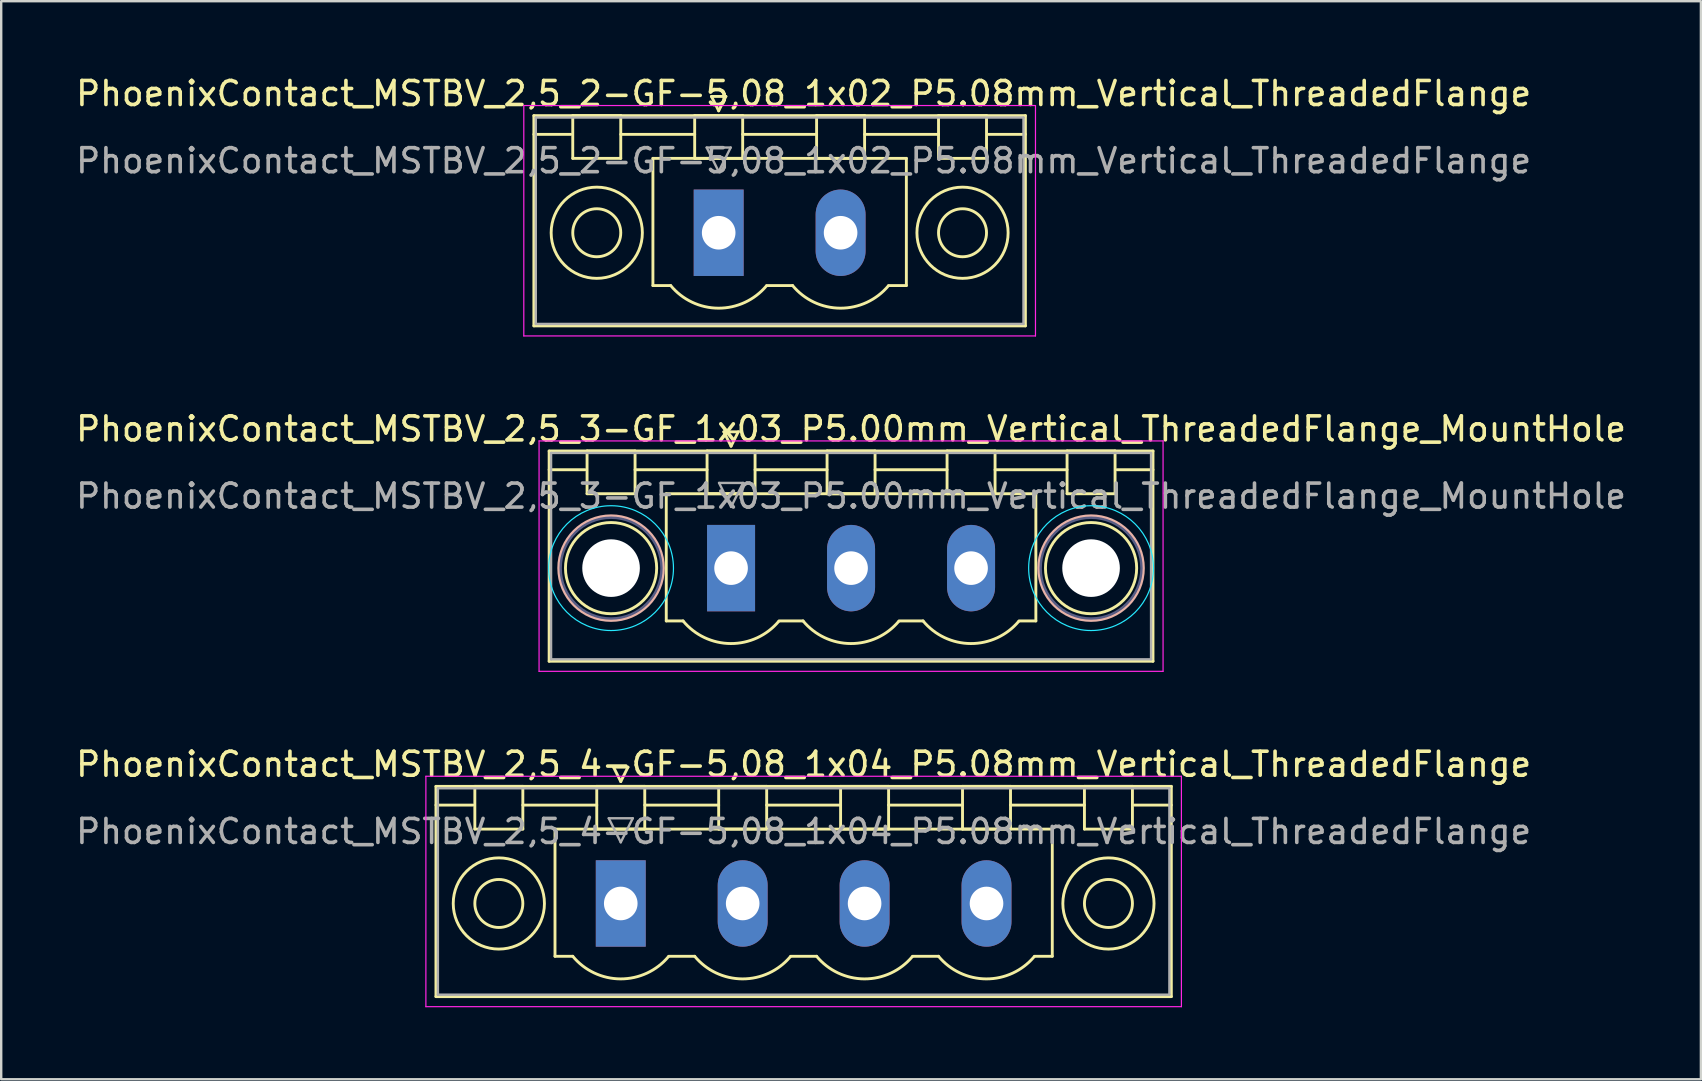
<source format=kicad_pcb>
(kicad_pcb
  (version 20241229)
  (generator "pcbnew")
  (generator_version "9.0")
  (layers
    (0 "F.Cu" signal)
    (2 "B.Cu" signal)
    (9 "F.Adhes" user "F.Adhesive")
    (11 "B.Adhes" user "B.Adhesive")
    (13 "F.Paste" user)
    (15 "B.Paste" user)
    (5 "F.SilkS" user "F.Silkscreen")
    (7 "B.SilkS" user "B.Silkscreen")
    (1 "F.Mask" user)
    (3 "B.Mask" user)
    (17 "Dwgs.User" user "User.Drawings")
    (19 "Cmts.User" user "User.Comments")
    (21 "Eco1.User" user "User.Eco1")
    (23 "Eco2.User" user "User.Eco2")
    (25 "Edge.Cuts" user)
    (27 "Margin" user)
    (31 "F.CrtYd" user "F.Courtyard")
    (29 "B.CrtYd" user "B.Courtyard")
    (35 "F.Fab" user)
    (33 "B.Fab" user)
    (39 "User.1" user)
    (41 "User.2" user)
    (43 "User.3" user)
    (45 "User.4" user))
  (footprint "PhoenixContact_MSTBV_2,5_3-GF_1x03_P5.00mm_Vertical_ThreadedFlange_MountHole"
    (layer "F.Cu")
    (at 27.411 20.622)
    (property "Reference" "PhoenixContact_MSTBV_2,5_3-GF_1x03_P5.00mm_Vertical_ThreadedFlange_MountHole" (at 5 -5.8 0) (layer "F.SilkS") (effects (font (size 1 1) (thickness 0.15))))
    (attr through_hole)
    (fp_line (start -7.58 -4.88) (end -7.58 3.88) (stroke (width 0.12) (type solid)) (layer "F.SilkS"))
    (fp_line (start -7.58 -4.1) (end -6.08 -4.1) (stroke (width 0.12) (type solid)) (layer "F.SilkS"))
    (fp_line (start -7.58 3.88) (end 17.58 3.88) (stroke (width 0.12) (type solid)) (layer "F.SilkS"))
    (fp_line (start -6 -4.88) (end -4 -4.88) (stroke (width 0.12) (type solid)) (layer "F.SilkS"))
    (fp_line (start -6 -3.1) (end -6 -4.88) (stroke (width 0.12) (type solid)) (layer "F.SilkS"))
    (fp_line (start -4 -4.88) (end -4 -3.1) (stroke (width 0.12) (type solid)) (layer "F.SilkS"))
    (fp_line (start -4 -4.1) (end -1 -4.1) (stroke (width 0.12) (type solid)) (layer "F.SilkS"))
    (fp_line (start -4 -3.1) (end -6 -3.1) (stroke (width 0.12) (type solid)) (layer "F.SilkS"))
    (fp_line (start -2.7 -3.1) (end 12.7 -3.1) (stroke (width 0.12) (type solid)) (layer "F.SilkS"))
    (fp_line (start -2.7 2.2) (end -2.7 -3.1) (stroke (width 0.12) (type solid)) (layer "F.SilkS"))
    (fp_line (start -2 2.2) (end -2.7 2.2) (stroke (width 0.12) (type solid)) (layer "F.SilkS"))
    (fp_line (start -1 -4.88) (end 1 -4.88) (stroke (width 0.12) (type solid)) (layer "F.SilkS"))
    (fp_line (start -1 -3.1) (end -1 -4.88) (stroke (width 0.12) (type solid)) (layer "F.SilkS"))
    (fp_line (start -0.3 -5.68) (end 0.3 -5.68) (stroke (width 0.12) (type solid)) (layer "F.SilkS"))
    (fp_line (start 0 -5.08) (end -0.3 -5.68) (stroke (width 0.12) (type solid)) (layer "F.SilkS"))
    (fp_line (start 0.3 -5.68) (end 0 -5.08) (stroke (width 0.12) (type solid)) (layer "F.SilkS"))
    (fp_line (start 1 -4.88) (end 1 -3.1) (stroke (width 0.12) (type solid)) (layer "F.SilkS"))
    (fp_line (start 1 -4.1) (end 4 -4.1) (stroke (width 0.12) (type solid)) (layer "F.SilkS"))
    (fp_line (start 1 -3.1) (end -1 -3.1) (stroke (width 0.12) (type solid)) (layer "F.SilkS"))
    (fp_line (start 2 2.2) (end 3 2.2) (stroke (width 0.12) (type solid)) (layer "F.SilkS"))
    (fp_line (start 4 -4.88) (end 6 -4.88) (stroke (width 0.12) (type solid)) (layer "F.SilkS"))
    (fp_line (start 4 -3.1) (end 4 -4.88) (stroke (width 0.12) (type solid)) (layer "F.SilkS"))
    (fp_line (start 6 -4.88) (end 6 -3.1) (stroke (width 0.12) (type solid)) (layer "F.SilkS"))
    (fp_line (start 6 -4.1) (end 9 -4.1) (stroke (width 0.12) (type solid)) (layer "F.SilkS"))
    (fp_line (start 6 -3.1) (end 4 -3.1) (stroke (width 0.12) (type solid)) (layer "F.SilkS"))
    (fp_line (start 7 2.2) (end 8 2.2) (stroke (width 0.12) (type solid)) (layer "F.SilkS"))
    (fp_line (start 9 -4.88) (end 11 -4.88) (stroke (width 0.12) (type solid)) (layer "F.SilkS"))
    (fp_line (start 9 -3.1) (end 9 -4.88) (stroke (width 0.12) (type solid)) (layer "F.SilkS"))
    (fp_line (start 11 -4.88) (end 11 -3.1) (stroke (width 0.12) (type solid)) (layer "F.SilkS"))
    (fp_line (start 11 -4.1) (end 14 -4.1) (stroke (width 0.12) (type solid)) (layer "F.SilkS"))
    (fp_line (start 11 -3.1) (end 9 -3.1) (stroke (width 0.12) (type solid)) (layer "F.SilkS"))
    (fp_line (start 12.7 -3.1) (end 12.7 2.2) (stroke (width 0.12) (type solid)) (layer "F.SilkS"))
    (fp_line (start 12.7 2.2) (end 12 2.2) (stroke (width 0.12) (type solid)) (layer "F.SilkS"))
    (fp_line (start 14 -4.88) (end 16 -4.88) (stroke (width 0.12) (type solid)) (layer "F.SilkS"))
    (fp_line (start 14 -3.1) (end 14 -4.88) (stroke (width 0.12) (type solid)) (layer "F.SilkS"))
    (fp_line (start 16 -4.88) (end 16 -3.1) (stroke (width 0.12) (type solid)) (layer "F.SilkS"))
    (fp_line (start 16 -3.1) (end 14 -3.1) (stroke (width 0.12) (type solid)) (layer "F.SilkS"))
    (fp_line (start 17.58 -4.88) (end -7.58 -4.88) (stroke (width 0.12) (type solid)) (layer "F.SilkS"))
    (fp_line (start 17.58 -4.1) (end 16.08 -4.1) (stroke (width 0.12) (type solid)) (layer "F.SilkS"))
    (fp_line (start 17.58 3.88) (end 17.58 -4.88) (stroke (width 0.12) (type solid)) (layer "F.SilkS"))
    (fp_arc (start 1.986842 2.215821) (mid -0.010289 3.142758) (end -2 2.2) (stroke (width 0.12) (type solid)) (layer "F.SilkS"))
    (fp_arc (start 6.986842 2.215821) (mid 4.989711 3.142758) (end 3 2.2) (stroke (width 0.12) (type solid)) (layer "F.SilkS"))
    (fp_arc (start 11.986842 2.215821) (mid 9.989711 3.142758) (end 8 2.2) (stroke (width 0.12) (type solid)) (layer "F.SilkS"))
    (fp_circle (center -5 0) (end -3.1 0) (stroke (width 0.12) (type solid)) (fill no) (layer "F.SilkS"))
    (fp_circle (center 15 0) (end 16.9 0) (stroke (width 0.12) (type solid)) (fill no) (layer "F.SilkS"))
    (fp_circle (center -5 0) (end -2.82 0) (stroke (width 0.12) (type solid)) (fill no) (layer "B.SilkS"))
    (fp_circle (center 15 0) (end 17.18 0) (stroke (width 0.12) (type solid)) (fill no) (layer "B.SilkS"))
    (fp_circle (center -5 0) (end -2.4 0) (stroke (width 0.05) (type solid)) (fill no) (layer "B.CrtYd"))
    (fp_circle (center 15 0) (end 17.6 0) (stroke (width 0.05) (type solid)) (fill no) (layer "B.CrtYd"))
    (fp_line (start -8 -5.3) (end -8 4.3) (stroke (width 0.05) (type solid)) (layer "F.CrtYd"))
    (fp_line (start -8 4.3) (end 18 4.3) (stroke (width 0.05) (type solid)) (layer "F.CrtYd"))
    (fp_line (start 18 -5.3) (end -8 -5.3) (stroke (width 0.05) (type solid)) (layer "F.CrtYd"))
    (fp_line (start 18 4.3) (end 18 -5.3) (stroke (width 0.05) (type solid)) (layer "F.CrtYd"))
    (fp_circle (center -5 0) (end -2.9 0) (stroke (width 0.1) (type solid)) (fill no) (layer "B.Fab"))
    (fp_circle (center 15 0) (end 17.1 0) (stroke (width 0.1) (type solid)) (fill no) (layer "B.Fab"))
    (fp_line (start -7.5 -4.8) (end -7.5 3.8) (stroke (width 0.1) (type solid)) (layer "F.Fab"))
    (fp_line (start -7.5 3.8) (end 17.5 3.8) (stroke (width 0.1) (type solid)) (layer "F.Fab"))
    (fp_line (start -0.5 -3.55) (end 0.5 -3.55) (stroke (width 0.1) (type solid)) (layer "F.Fab"))
    (fp_line (start 0 -2.55) (end -0.5 -3.55) (stroke (width 0.1) (type solid)) (layer "F.Fab"))
    (fp_line (start 0.5 -3.55) (end 0 -2.55) (stroke (width 0.1) (type solid)) (layer "F.Fab"))
    (fp_line (start 17.5 -4.8) (end -7.5 -4.8) (stroke (width 0.1) (type solid)) (layer "F.Fab"))
    (fp_line (start 17.5 3.8) (end 17.5 -4.8) (stroke (width 0.1) (type solid)) (layer "F.Fab"))
    (fp_text user "${REFERENCE}" (at 5 -3 0) (layer "F.Fab") (effects (font (size 1 1) (thickness 0.15))))
    (pad "" np_thru_hole circle (at -5 0) (size 2.4 2.4) (drill 2.4) (layers "*.Cu" "*.Mask"))
    (pad "" np_thru_hole circle (at 15 0) (size 2.4 2.4) (drill 2.4) (layers "*.Cu" "*.Mask"))
    (pad "1" thru_hole rect (at 0 0) (size 2 3.6) (drill 1.4) (layers "*.Cu" "*.Mask"))
    (pad "2" thru_hole oval (at 5 0) (size 2 3.6) (drill 1.4) (layers "*.Cu" "*.Mask"))
    (pad "3" thru_hole oval (at 10 0) (size 2 3.6) (drill 1.4) (layers "*.Cu" "*.Mask")))
  (footprint "PhoenixContact_MSTBV_2,5_2-GF-5,08_1x02_P5.08mm_Vertical_ThreadedFlange"
    (layer "F.Cu")
    (at 26.895 6.648)
    (property "Reference" "PhoenixContact_MSTBV_2,5_2-GF-5,08_1x02_P5.08mm_Vertical_ThreadedFlange" (at 3.54 -5.8 0) (layer "F.SilkS") (effects (font (size 1 1) (thickness 0.15))))
    (attr through_hole)
    (fp_line (start -7.7 -4.88) (end -7.7 3.88) (stroke (width 0.12) (type solid)) (layer "F.SilkS"))
    (fp_line (start -7.7 -4.1) (end -6.16 -4.1) (stroke (width 0.12) (type solid)) (layer "F.SilkS"))
    (fp_line (start -7.7 3.88) (end 12.78 3.88) (stroke (width 0.12) (type solid)) (layer "F.SilkS"))
    (fp_line (start -6.08 -4.88) (end -4.08 -4.88) (stroke (width 0.12) (type solid)) (layer "F.SilkS"))
    (fp_line (start -6.08 -3.1) (end -6.08 -4.88) (stroke (width 0.12) (type solid)) (layer "F.SilkS"))
    (fp_line (start -4.08 -4.88) (end -4.08 -3.1) (stroke (width 0.12) (type solid)) (layer "F.SilkS"))
    (fp_line (start -4.08 -4.1) (end -1 -4.1) (stroke (width 0.12) (type solid)) (layer "F.SilkS"))
    (fp_line (start -4.08 -3.1) (end -6.08 -3.1) (stroke (width 0.12) (type solid)) (layer "F.SilkS"))
    (fp_line (start -2.74 -3.1) (end 7.82 -3.1) (stroke (width 0.12) (type solid)) (layer "F.SilkS"))
    (fp_line (start -2.74 2.2) (end -2.74 -3.1) (stroke (width 0.12) (type solid)) (layer "F.SilkS"))
    (fp_line (start -2 2.2) (end -2.74 2.2) (stroke (width 0.12) (type solid)) (layer "F.SilkS"))
    (fp_line (start -1 -4.88) (end 1 -4.88) (stroke (width 0.12) (type solid)) (layer "F.SilkS"))
    (fp_line (start -1 -3.1) (end -1 -4.88) (stroke (width 0.12) (type solid)) (layer "F.SilkS"))
    (fp_line (start -0.3 -5.68) (end 0.3 -5.68) (stroke (width 0.12) (type solid)) (layer "F.SilkS"))
    (fp_line (start 0 -5.08) (end -0.3 -5.68) (stroke (width 0.12) (type solid)) (layer "F.SilkS"))
    (fp_line (start 0.3 -5.68) (end 0 -5.08) (stroke (width 0.12) (type solid)) (layer "F.SilkS"))
    (fp_line (start 1 -4.88) (end 1 -3.1) (stroke (width 0.12) (type solid)) (layer "F.SilkS"))
    (fp_line (start 1 -4.1) (end 4.08 -4.1) (stroke (width 0.12) (type solid)) (layer "F.SilkS"))
    (fp_line (start 1 -3.1) (end -1 -3.1) (stroke (width 0.12) (type solid)) (layer "F.SilkS"))
    (fp_line (start 2 2.2) (end 3.08 2.2) (stroke (width 0.12) (type solid)) (layer "F.SilkS"))
    (fp_line (start 4.08 -4.88) (end 6.08 -4.88) (stroke (width 0.12) (type solid)) (layer "F.SilkS"))
    (fp_line (start 4.08 -3.1) (end 4.08 -4.88) (stroke (width 0.12) (type solid)) (layer "F.SilkS"))
    (fp_line (start 6.08 -4.88) (end 6.08 -3.1) (stroke (width 0.12) (type solid)) (layer "F.SilkS"))
    (fp_line (start 6.08 -4.1) (end 9.16 -4.1) (stroke (width 0.12) (type solid)) (layer "F.SilkS"))
    (fp_line (start 6.08 -3.1) (end 4.08 -3.1) (stroke (width 0.12) (type solid)) (layer "F.SilkS"))
    (fp_line (start 7.82 -3.1) (end 7.82 2.2) (stroke (width 0.12) (type solid)) (layer "F.SilkS"))
    (fp_line (start 7.82 2.2) (end 7.08 2.2) (stroke (width 0.12) (type solid)) (layer "F.SilkS"))
    (fp_line (start 9.16 -4.88) (end 11.16 -4.88) (stroke (width 0.12) (type solid)) (layer "F.SilkS"))
    (fp_line (start 9.16 -3.1) (end 9.16 -4.88) (stroke (width 0.12) (type solid)) (layer "F.SilkS"))
    (fp_line (start 11.16 -4.88) (end 11.16 -3.1) (stroke (width 0.12) (type solid)) (layer "F.SilkS"))
    (fp_line (start 11.16 -3.1) (end 9.16 -3.1) (stroke (width 0.12) (type solid)) (layer "F.SilkS"))
    (fp_line (start 12.78 -4.88) (end -7.7 -4.88) (stroke (width 0.12) (type solid)) (layer "F.SilkS"))
    (fp_line (start 12.78 -4.1) (end 11.24 -4.1) (stroke (width 0.12) (type solid)) (layer "F.SilkS"))
    (fp_line (start 12.78 3.88) (end 12.78 -4.88) (stroke (width 0.12) (type solid)) (layer "F.SilkS"))
    (fp_arc (start 1.986842 2.215821) (mid -0.010289 3.142758) (end -2 2.2) (stroke (width 0.12) (type solid)) (layer "F.SilkS"))
    (fp_arc (start 7.066842 2.215821) (mid 5.069711 3.142758) (end 3.08 2.2) (stroke (width 0.12) (type solid)) (layer "F.SilkS"))
    (fp_circle (center -5.08 0) (end -4.08 0) (stroke (width 0.12) (type solid)) (fill no) (layer "F.SilkS"))
    (fp_circle (center -5.08 0) (end -3.18 0) (stroke (width 0.12) (type solid)) (fill no) (layer "F.SilkS"))
    (fp_circle (center 10.16 0) (end 11.16 0) (stroke (width 0.12) (type solid)) (fill no) (layer "F.SilkS"))
    (fp_circle (center 10.16 0) (end 12.06 0) (stroke (width 0.12) (type solid)) (fill no) (layer "F.SilkS"))
    (fp_line (start -8.12 -5.3) (end -8.12 4.3) (stroke (width 0.05) (type solid)) (layer "F.CrtYd"))
    (fp_line (start -8.12 4.3) (end 13.2 4.3) (stroke (width 0.05) (type solid)) (layer "F.CrtYd"))
    (fp_line (start 13.2 -5.3) (end -8.12 -5.3) (stroke (width 0.05) (type solid)) (layer "F.CrtYd"))
    (fp_line (start 13.2 4.3) (end 13.2 -5.3) (stroke (width 0.05) (type solid)) (layer "F.CrtYd"))
    (fp_line (start -7.62 -4.8) (end -7.62 3.8) (stroke (width 0.1) (type solid)) (layer "F.Fab"))
    (fp_line (start -7.62 3.8) (end 12.7 3.8) (stroke (width 0.1) (type solid)) (layer "F.Fab"))
    (fp_line (start -0.5 -3.55) (end 0.5 -3.55) (stroke (width 0.1) (type solid)) (layer "F.Fab"))
    (fp_line (start 0 -2.55) (end -0.5 -3.55) (stroke (width 0.1) (type solid)) (layer "F.Fab"))
    (fp_line (start 0.5 -3.55) (end 0 -2.55) (stroke (width 0.1) (type solid)) (layer "F.Fab"))
    (fp_line (start 12.7 -4.8) (end -7.62 -4.8) (stroke (width 0.1) (type solid)) (layer "F.Fab"))
    (fp_line (start 12.7 3.8) (end 12.7 -4.8) (stroke (width 0.1) (type solid)) (layer "F.Fab"))
    (fp_text user "${REFERENCE}" (at 3.54 -3 0) (layer "F.Fab") (effects (font (size 1 1) (thickness 0.15))))
    (pad "1" thru_hole rect (at 0 0) (size 2.08 3.6) (drill 1.4) (layers "*.Cu" "*.Mask"))
    (pad "2" thru_hole oval (at 5.08 0) (size 2.08 3.6) (drill 1.4) (layers "*.Cu" "*.Mask")))
  (footprint "PhoenixContact_MSTBV_2,5_4-GF-5,08_1x04_P5.08mm_Vertical_ThreadedFlange"
    (layer "F.Cu")
    (at 22.815 34.595)
    (property "Reference" "PhoenixContact_MSTBV_2,5_4-GF-5,08_1x04_P5.08mm_Vertical_ThreadedFlange" (at 7.62 -5.8 0) (layer "F.SilkS") (effects (font (size 1 1) (thickness 0.15))))
    (attr through_hole)
    (fp_line (start -7.7 -4.88) (end -7.7 3.88) (stroke (width 0.12) (type solid)) (layer "F.SilkS"))
    (fp_line (start -7.7 -4.1) (end -6.16 -4.1) (stroke (width 0.12) (type solid)) (layer "F.SilkS"))
    (fp_line (start -7.7 3.88) (end 22.94 3.88) (stroke (width 0.12) (type solid)) (layer "F.SilkS"))
    (fp_line (start -6.08 -4.88) (end -4.08 -4.88) (stroke (width 0.12) (type solid)) (layer "F.SilkS"))
    (fp_line (start -6.08 -3.1) (end -6.08 -4.88) (stroke (width 0.12) (type solid)) (layer "F.SilkS"))
    (fp_line (start -4.08 -4.88) (end -4.08 -3.1) (stroke (width 0.12) (type solid)) (layer "F.SilkS"))
    (fp_line (start -4.08 -4.1) (end -1 -4.1) (stroke (width 0.12) (type solid)) (layer "F.SilkS"))
    (fp_line (start -4.08 -3.1) (end -6.08 -3.1) (stroke (width 0.12) (type solid)) (layer "F.SilkS"))
    (fp_line (start -2.74 -3.1) (end 17.98 -3.1) (stroke (width 0.12) (type solid)) (layer "F.SilkS"))
    (fp_line (start -2.74 2.2) (end -2.74 -3.1) (stroke (width 0.12) (type solid)) (layer "F.SilkS"))
    (fp_line (start -2 2.2) (end -2.74 2.2) (stroke (width 0.12) (type solid)) (layer "F.SilkS"))
    (fp_line (start -1 -4.88) (end 1 -4.88) (stroke (width 0.12) (type solid)) (layer "F.SilkS"))
    (fp_line (start -1 -3.1) (end -1 -4.88) (stroke (width 0.12) (type solid)) (layer "F.SilkS"))
    (fp_line (start -0.3 -5.68) (end 0.3 -5.68) (stroke (width 0.12) (type solid)) (layer "F.SilkS"))
    (fp_line (start 0 -5.08) (end -0.3 -5.68) (stroke (width 0.12) (type solid)) (layer "F.SilkS"))
    (fp_line (start 0.3 -5.68) (end 0 -5.08) (stroke (width 0.12) (type solid)) (layer "F.SilkS"))
    (fp_line (start 1 -4.88) (end 1 -3.1) (stroke (width 0.12) (type solid)) (layer "F.SilkS"))
    (fp_line (start 1 -4.1) (end 4.08 -4.1) (stroke (width 0.12) (type solid)) (layer "F.SilkS"))
    (fp_line (start 1 -3.1) (end -1 -3.1) (stroke (width 0.12) (type solid)) (layer "F.SilkS"))
    (fp_line (start 2 2.2) (end 3.08 2.2) (stroke (width 0.12) (type solid)) (layer "F.SilkS"))
    (fp_line (start 4.08 -4.88) (end 6.08 -4.88) (stroke (width 0.12) (type solid)) (layer "F.SilkS"))
    (fp_line (start 4.08 -3.1) (end 4.08 -4.88) (stroke (width 0.12) (type solid)) (layer "F.SilkS"))
    (fp_line (start 6.08 -4.88) (end 6.08 -3.1) (stroke (width 0.12) (type solid)) (layer "F.SilkS"))
    (fp_line (start 6.08 -4.1) (end 9.16 -4.1) (stroke (width 0.12) (type solid)) (layer "F.SilkS"))
    (fp_line (start 6.08 -3.1) (end 4.08 -3.1) (stroke (width 0.12) (type solid)) (layer "F.SilkS"))
    (fp_line (start 7.08 2.2) (end 8.16 2.2) (stroke (width 0.12) (type solid)) (layer "F.SilkS"))
    (fp_line (start 9.16 -4.88) (end 11.16 -4.88) (stroke (width 0.12) (type solid)) (layer "F.SilkS"))
    (fp_line (start 9.16 -3.1) (end 9.16 -4.88) (stroke (width 0.12) (type solid)) (layer "F.SilkS"))
    (fp_line (start 11.16 -4.88) (end 11.16 -3.1) (stroke (width 0.12) (type solid)) (layer "F.SilkS"))
    (fp_line (start 11.16 -4.1) (end 14.24 -4.1) (stroke (width 0.12) (type solid)) (layer "F.SilkS"))
    (fp_line (start 11.16 -3.1) (end 9.16 -3.1) (stroke (width 0.12) (type solid)) (layer "F.SilkS"))
    (fp_line (start 12.16 2.2) (end 13.24 2.2) (stroke (width 0.12) (type solid)) (layer "F.SilkS"))
    (fp_line (start 14.24 -4.88) (end 16.24 -4.88) (stroke (width 0.12) (type solid)) (layer "F.SilkS"))
    (fp_line (start 14.24 -3.1) (end 14.24 -4.88) (stroke (width 0.12) (type solid)) (layer "F.SilkS"))
    (fp_line (start 16.24 -4.88) (end 16.24 -3.1) (stroke (width 0.12) (type solid)) (layer "F.SilkS"))
    (fp_line (start 16.24 -4.1) (end 19.32 -4.1) (stroke (width 0.12) (type solid)) (layer "F.SilkS"))
    (fp_line (start 16.24 -3.1) (end 14.24 -3.1) (stroke (width 0.12) (type solid)) (layer "F.SilkS"))
    (fp_line (start 17.98 -3.1) (end 17.98 2.2) (stroke (width 0.12) (type solid)) (layer "F.SilkS"))
    (fp_line (start 17.98 2.2) (end 17.24 2.2) (stroke (width 0.12) (type solid)) (layer "F.SilkS"))
    (fp_line (start 19.32 -4.88) (end 21.32 -4.88) (stroke (width 0.12) (type solid)) (layer "F.SilkS"))
    (fp_line (start 19.32 -3.1) (end 19.32 -4.88) (stroke (width 0.12) (type solid)) (layer "F.SilkS"))
    (fp_line (start 21.32 -4.88) (end 21.32 -3.1) (stroke (width 0.12) (type solid)) (layer "F.SilkS"))
    (fp_line (start 21.32 -3.1) (end 19.32 -3.1) (stroke (width 0.12) (type solid)) (layer "F.SilkS"))
    (fp_line (start 22.94 -4.88) (end -7.7 -4.88) (stroke (width 0.12) (type solid)) (layer "F.SilkS"))
    (fp_line (start 22.94 -4.1) (end 21.4 -4.1) (stroke (width 0.12) (type solid)) (layer "F.SilkS"))
    (fp_line (start 22.94 3.88) (end 22.94 -4.88) (stroke (width 0.12) (type solid)) (layer "F.SilkS"))
    (fp_arc (start 1.986842 2.215821) (mid -0.010289 3.142758) (end -2 2.2) (stroke (width 0.12) (type solid)) (layer "F.SilkS"))
    (fp_arc (start 7.066842 2.215821) (mid 5.069711 3.142758) (end 3.08 2.2) (stroke (width 0.12) (type solid)) (layer "F.SilkS"))
    (fp_arc (start 12.146842 2.215821) (mid 10.149711 3.142758) (end 8.16 2.2) (stroke (width 0.12) (type solid)) (layer "F.SilkS"))
    (fp_arc (start 17.226842 2.215821) (mid 15.229711 3.142758) (end 13.24 2.2) (stroke (width 0.12) (type solid)) (layer "F.SilkS"))
    (fp_circle (center -5.08 0) (end -4.08 0) (stroke (width 0.12) (type solid)) (fill no) (layer "F.SilkS"))
    (fp_circle (center -5.08 0) (end -3.18 0) (stroke (width 0.12) (type solid)) (fill no) (layer "F.SilkS"))
    (fp_circle (center 20.32 0) (end 21.32 0) (stroke (width 0.12) (type solid)) (fill no) (layer "F.SilkS"))
    (fp_circle (center 20.32 0) (end 22.22 0) (stroke (width 0.12) (type solid)) (fill no) (layer "F.SilkS"))
    (fp_line (start -8.12 -5.3) (end -8.12 4.3) (stroke (width 0.05) (type solid)) (layer "F.CrtYd"))
    (fp_line (start -8.12 4.3) (end 23.36 4.3) (stroke (width 0.05) (type solid)) (layer "F.CrtYd"))
    (fp_line (start 23.36 -5.3) (end -8.12 -5.3) (stroke (width 0.05) (type solid)) (layer "F.CrtYd"))
    (fp_line (start 23.36 4.3) (end 23.36 -5.3) (stroke (width 0.05) (type solid)) (layer "F.CrtYd"))
    (fp_line (start -7.62 -4.8) (end -7.62 3.8) (stroke (width 0.1) (type solid)) (layer "F.Fab"))
    (fp_line (start -7.62 3.8) (end 22.86 3.8) (stroke (width 0.1) (type solid)) (layer "F.Fab"))
    (fp_line (start -0.5 -3.55) (end 0.5 -3.55) (stroke (width 0.1) (type solid)) (layer "F.Fab"))
    (fp_line (start 0 -2.55) (end -0.5 -3.55) (stroke (width 0.1) (type solid)) (layer "F.Fab"))
    (fp_line (start 0.5 -3.55) (end 0 -2.55) (stroke (width 0.1) (type solid)) (layer "F.Fab"))
    (fp_line (start 22.86 -4.8) (end -7.62 -4.8) (stroke (width 0.1) (type solid)) (layer "F.Fab"))
    (fp_line (start 22.86 3.8) (end 22.86 -4.8) (stroke (width 0.1) (type solid)) (layer "F.Fab"))
    (fp_text user "${REFERENCE}" (at 7.62 -3 0) (layer "F.Fab") (effects (font (size 1 1) (thickness 0.15))))
    (pad "1" thru_hole rect (at 0 0) (size 2.08 3.6) (drill 1.4) (layers "*.Cu" "*.Mask"))
    (pad "2" thru_hole oval (at 5.08 0) (size 2.08 3.6) (drill 1.4) (layers "*.Cu" "*.Mask"))
    (pad "3" thru_hole oval (at 10.16 0) (size 2.08 3.6) (drill 1.4) (layers "*.Cu" "*.Mask"))
    (pad "4" thru_hole oval (at 15.24 0) (size 2.08 3.6) (drill 1.4) (layers "*.Cu" "*.Mask")))
  (gr_rect
    (start -3 -3)
    (end 67.821 41.92)
    (stroke (width 0.1) (type default))
    (fill no)
    (layer "Edge.Cuts")))
</source>
